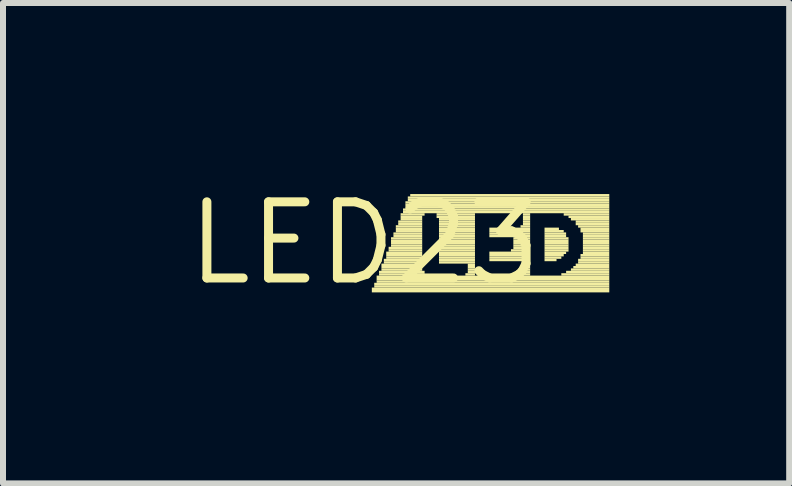
<source format=kicad_pcb>
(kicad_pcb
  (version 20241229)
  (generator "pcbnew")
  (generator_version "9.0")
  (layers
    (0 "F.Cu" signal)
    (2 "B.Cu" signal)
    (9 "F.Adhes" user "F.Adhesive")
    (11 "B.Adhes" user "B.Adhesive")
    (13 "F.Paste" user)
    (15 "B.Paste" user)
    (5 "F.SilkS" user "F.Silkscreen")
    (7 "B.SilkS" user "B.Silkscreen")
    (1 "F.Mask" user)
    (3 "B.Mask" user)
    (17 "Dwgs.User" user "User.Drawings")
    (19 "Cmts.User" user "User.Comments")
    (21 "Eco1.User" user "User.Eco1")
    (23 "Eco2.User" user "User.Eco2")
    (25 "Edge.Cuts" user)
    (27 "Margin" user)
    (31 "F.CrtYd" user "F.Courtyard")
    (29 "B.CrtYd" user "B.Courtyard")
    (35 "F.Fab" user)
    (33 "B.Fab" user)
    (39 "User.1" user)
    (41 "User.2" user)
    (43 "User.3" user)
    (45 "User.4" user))
  (footprint "LED23"
    (layer "F.Cu")
    (at 3.031 1.006)
    (property "Reference" "LED23" (at 0 0 0) (layer "F.SilkS") (effects (font (size 1.27 1.27) (thickness 0.15))))
    (fp_poly (pts (xy 0.12 0.78) (xy 4.08 0.78) (xy 4.08 0.74) (xy 0.12 0.74)) (stroke (width 0) (type solid)) (fill yes) (layer "F.SilkS"))
    (fp_poly (pts (xy 0.12 0.82) (xy 4.08 0.82) (xy 4.08 0.78) (xy 0.12 0.78)) (stroke (width 0) (type solid)) (fill yes) (layer "F.SilkS"))
    (fp_poly (pts (xy 0.16 0.7) (xy 4.08 0.7) (xy 4.08 0.66) (xy 0.16 0.66)) (stroke (width 0) (type solid)) (fill yes) (layer "F.SilkS"))
    (fp_poly (pts (xy 0.16 0.74) (xy 4.08 0.74) (xy 4.08 0.7) (xy 0.16 0.7)) (stroke (width 0) (type solid)) (fill yes) (layer "F.SilkS"))
    (fp_poly (pts (xy 0.2 0.58) (xy 4.08 0.58) (xy 4.08 0.54) (xy 0.2 0.54)) (stroke (width 0) (type solid)) (fill yes) (layer "F.SilkS"))
    (fp_poly (pts (xy 0.2 0.62) (xy 4.08 0.62) (xy 4.08 0.58) (xy 0.2 0.58)) (stroke (width 0) (type solid)) (fill yes) (layer "F.SilkS"))
    (fp_poly (pts (xy 0.2 0.66) (xy 4.08 0.66) (xy 4.08 0.62) (xy 0.2 0.62)) (stroke (width 0) (type solid)) (fill yes) (layer "F.SilkS"))
    (fp_poly (pts (xy 0.24 0.5) (xy 1 0.5) (xy 1 0.46) (xy 0.24 0.46)) (stroke (width 0) (type solid)) (fill yes) (layer "F.SilkS"))
    (fp_poly (pts (xy 0.24 0.54) (xy 1 0.54) (xy 1 0.5) (xy 0.24 0.5)) (stroke (width 0) (type solid)) (fill yes) (layer "F.SilkS"))
    (fp_poly (pts (xy 0.28 0.38) (xy 0.96 0.38) (xy 0.96 0.34) (xy 0.28 0.34)) (stroke (width 0) (type solid)) (fill yes) (layer "F.SilkS"))
    (fp_poly (pts (xy 0.28 0.42) (xy 0.96 0.42) (xy 0.96 0.38) (xy 0.28 0.38)) (stroke (width 0) (type solid)) (fill yes) (layer "F.SilkS"))
    (fp_poly (pts (xy 0.28 0.46) (xy 0.96 0.46) (xy 0.96 0.42) (xy 0.28 0.42)) (stroke (width 0) (type solid)) (fill yes) (layer "F.SilkS"))
    (fp_poly (pts (xy 0.32 0.3) (xy 0.96 0.3) (xy 0.96 0.26) (xy 0.32 0.26)) (stroke (width 0) (type solid)) (fill yes) (layer "F.SilkS"))
    (fp_poly (pts (xy 0.32 0.34) (xy 0.96 0.34) (xy 0.96 0.3) (xy 0.32 0.3)) (stroke (width 0) (type solid)) (fill yes) (layer "F.SilkS"))
    (fp_poly (pts (xy 0.36 0.18) (xy 0.96 0.18) (xy 0.96 0.14) (xy 0.36 0.14)) (stroke (width 0) (type solid)) (fill yes) (layer "F.SilkS"))
    (fp_poly (pts (xy 0.36 0.22) (xy 0.96 0.22) (xy 0.96 0.18) (xy 0.36 0.18)) (stroke (width 0) (type solid)) (fill yes) (layer "F.SilkS"))
    (fp_poly (pts (xy 0.36 0.26) (xy 0.96 0.26) (xy 0.96 0.22) (xy 0.36 0.22)) (stroke (width 0) (type solid)) (fill yes) (layer "F.SilkS"))
    (fp_poly (pts (xy 0.4 0.1) (xy 0.96 0.1) (xy 0.96 0.06) (xy 0.4 0.06)) (stroke (width 0) (type solid)) (fill yes) (layer "F.SilkS"))
    (fp_poly (pts (xy 0.4 0.14) (xy 0.96 0.14) (xy 0.96 0.1) (xy 0.4 0.1)) (stroke (width 0) (type solid)) (fill yes) (layer "F.SilkS"))
    (fp_poly (pts (xy 0.44 -0.06) (xy 0.96 -0.06) (xy 0.96 -0.1) (xy 0.44 -0.1)) (stroke (width 0) (type solid)) (fill yes) (layer "F.SilkS"))
    (fp_poly (pts (xy 0.44 -0.02) (xy 0.96 -0.02) (xy 0.96 -0.06) (xy 0.44 -0.06)) (stroke (width 0) (type solid)) (fill yes) (layer "F.SilkS"))
    (fp_poly (pts (xy 0.44 0.02) (xy 0.96 0.02) (xy 0.96 -0.02) (xy 0.44 -0.02)) (stroke (width 0) (type solid)) (fill yes) (layer "F.SilkS"))
    (fp_poly (pts (xy 0.44 0.06) (xy 0.96 0.06) (xy 0.96 0.02) (xy 0.44 0.02)) (stroke (width 0) (type solid)) (fill yes) (layer "F.SilkS"))
    (fp_poly (pts (xy 0.48 -0.14) (xy 0.96 -0.14) (xy 0.96 -0.18) (xy 0.48 -0.18)) (stroke (width 0) (type solid)) (fill yes) (layer "F.SilkS"))
    (fp_poly (pts (xy 0.48 -0.1) (xy 0.96 -0.1) (xy 0.96 -0.14) (xy 0.48 -0.14)) (stroke (width 0) (type solid)) (fill yes) (layer "F.SilkS"))
    (fp_poly (pts (xy 0.52 -0.26) (xy 0.96 -0.26) (xy 0.96 -0.3) (xy 0.52 -0.3)) (stroke (width 0) (type solid)) (fill yes) (layer "F.SilkS"))
    (fp_poly (pts (xy 0.52 -0.22) (xy 0.96 -0.22) (xy 0.96 -0.26) (xy 0.52 -0.26)) (stroke (width 0) (type solid)) (fill yes) (layer "F.SilkS"))
    (fp_poly (pts (xy 0.52 -0.18) (xy 0.96 -0.18) (xy 0.96 -0.22) (xy 0.52 -0.22)) (stroke (width 0) (type solid)) (fill yes) (layer "F.SilkS"))
    (fp_poly (pts (xy 0.56 -0.34) (xy 0.96 -0.34) (xy 0.96 -0.38) (xy 0.56 -0.38)) (stroke (width 0) (type solid)) (fill yes) (layer "F.SilkS"))
    (fp_poly (pts (xy 0.56 -0.3) (xy 0.96 -0.3) (xy 0.96 -0.34) (xy 0.56 -0.34)) (stroke (width 0) (type solid)) (fill yes) (layer "F.SilkS"))
    (fp_poly (pts (xy 0.6 -0.46) (xy 1 -0.46) (xy 1 -0.5) (xy 0.6 -0.5)) (stroke (width 0) (type solid)) (fill yes) (layer "F.SilkS"))
    (fp_poly (pts (xy 0.6 -0.42) (xy 0.96 -0.42) (xy 0.96 -0.46) (xy 0.6 -0.46)) (stroke (width 0) (type solid)) (fill yes) (layer "F.SilkS"))
    (fp_poly (pts (xy 0.6 -0.38) (xy 0.96 -0.38) (xy 0.96 -0.42) (xy 0.6 -0.42)) (stroke (width 0) (type solid)) (fill yes) (layer "F.SilkS"))
    (fp_poly (pts (xy 0.64 -0.54) (xy 4.08 -0.54) (xy 4.08 -0.58) (xy 0.64 -0.58)) (stroke (width 0) (type solid)) (fill yes) (layer "F.SilkS"))
    (fp_poly (pts (xy 0.64 -0.5) (xy 4.08 -0.5) (xy 4.08 -0.54) (xy 0.64 -0.54)) (stroke (width 0) (type solid)) (fill yes) (layer "F.SilkS"))
    (fp_poly (pts (xy 0.68 -0.66) (xy 4.08 -0.66) (xy 4.08 -0.7) (xy 0.68 -0.7)) (stroke (width 0) (type solid)) (fill yes) (layer "F.SilkS"))
    (fp_poly (pts (xy 0.68 -0.62) (xy 4.08 -0.62) (xy 4.08 -0.66) (xy 0.68 -0.66)) (stroke (width 0) (type solid)) (fill yes) (layer "F.SilkS"))
    (fp_poly (pts (xy 0.68 -0.58) (xy 4.08 -0.58) (xy 4.08 -0.62) (xy 0.68 -0.62)) (stroke (width 0) (type solid)) (fill yes) (layer "F.SilkS"))
    (fp_poly (pts (xy 0.72 -0.74) (xy 4.08 -0.74) (xy 4.08 -0.78) (xy 0.72 -0.78)) (stroke (width 0) (type solid)) (fill yes) (layer "F.SilkS"))
    (fp_poly (pts (xy 0.72 -0.7) (xy 4.08 -0.7) (xy 4.08 -0.74) (xy 0.72 -0.74)) (stroke (width 0) (type solid)) (fill yes) (layer "F.SilkS"))
    (fp_poly (pts (xy 0.76 -0.78) (xy 4.08 -0.78) (xy 4.08 -0.82) (xy 0.76 -0.82)) (stroke (width 0) (type solid)) (fill yes) (layer "F.SilkS"))
    (fp_poly (pts (xy 1.2 -0.46) (xy 1.84 -0.46) (xy 1.84 -0.5) (xy 1.2 -0.5)) (stroke (width 0) (type solid)) (fill yes) (layer "F.SilkS"))
    (fp_poly (pts (xy 1.2 -0.42) (xy 1.84 -0.42) (xy 1.84 -0.46) (xy 1.2 -0.46)) (stroke (width 0) (type solid)) (fill yes) (layer "F.SilkS"))
    (fp_poly (pts (xy 1.24 -0.38) (xy 1.84 -0.38) (xy 1.84 -0.42) (xy 1.24 -0.42)) (stroke (width 0) (type solid)) (fill yes) (layer "F.SilkS"))
    (fp_poly (pts (xy 1.24 -0.34) (xy 1.84 -0.34) (xy 1.84 -0.38) (xy 1.24 -0.38)) (stroke (width 0) (type solid)) (fill yes) (layer "F.SilkS"))
    (fp_poly (pts (xy 1.24 -0.3) (xy 1.84 -0.3) (xy 1.84 -0.34) (xy 1.24 -0.34)) (stroke (width 0) (type solid)) (fill yes) (layer "F.SilkS"))
    (fp_poly (pts (xy 1.24 -0.26) (xy 1.84 -0.26) (xy 1.84 -0.3) (xy 1.24 -0.3)) (stroke (width 0) (type solid)) (fill yes) (layer "F.SilkS"))
    (fp_poly (pts (xy 1.24 -0.22) (xy 1.84 -0.22) (xy 1.84 -0.26) (xy 1.24 -0.26)) (stroke (width 0) (type solid)) (fill yes) (layer "F.SilkS"))
    (fp_poly (pts (xy 1.24 -0.18) (xy 1.84 -0.18) (xy 1.84 -0.22) (xy 1.24 -0.22)) (stroke (width 0) (type solid)) (fill yes) (layer "F.SilkS"))
    (fp_poly (pts (xy 1.24 -0.14) (xy 1.84 -0.14) (xy 1.84 -0.18) (xy 1.24 -0.18)) (stroke (width 0) (type solid)) (fill yes) (layer "F.SilkS"))
    (fp_poly (pts (xy 1.24 -0.1) (xy 1.84 -0.1) (xy 1.84 -0.14) (xy 1.24 -0.14)) (stroke (width 0) (type solid)) (fill yes) (layer "F.SilkS"))
    (fp_poly (pts (xy 1.24 -0.06) (xy 1.84 -0.06) (xy 1.84 -0.1) (xy 1.24 -0.1)) (stroke (width 0) (type solid)) (fill yes) (layer "F.SilkS"))
    (fp_poly (pts (xy 1.24 -0.02) (xy 1.84 -0.02) (xy 1.84 -0.06) (xy 1.24 -0.06)) (stroke (width 0) (type solid)) (fill yes) (layer "F.SilkS"))
    (fp_poly (pts (xy 1.24 0.02) (xy 1.84 0.02) (xy 1.84 -0.02) (xy 1.24 -0.02)) (stroke (width 0) (type solid)) (fill yes) (layer "F.SilkS"))
    (fp_poly (pts (xy 1.24 0.06) (xy 1.84 0.06) (xy 1.84 0.02) (xy 1.24 0.02)) (stroke (width 0) (type solid)) (fill yes) (layer "F.SilkS"))
    (fp_poly (pts (xy 1.24 0.1) (xy 1.84 0.1) (xy 1.84 0.06) (xy 1.24 0.06)) (stroke (width 0) (type solid)) (fill yes) (layer "F.SilkS"))
    (fp_poly (pts (xy 1.24 0.14) (xy 1.84 0.14) (xy 1.84 0.1) (xy 1.24 0.1)) (stroke (width 0) (type solid)) (fill yes) (layer "F.SilkS"))
    (fp_poly (pts (xy 1.24 0.18) (xy 1.84 0.18) (xy 1.84 0.14) (xy 1.24 0.14)) (stroke (width 0) (type solid)) (fill yes) (layer "F.SilkS"))
    (fp_poly (pts (xy 1.24 0.22) (xy 1.84 0.22) (xy 1.84 0.18) (xy 1.24 0.18)) (stroke (width 0) (type solid)) (fill yes) (layer "F.SilkS"))
    (fp_poly (pts (xy 1.24 0.26) (xy 1.84 0.26) (xy 1.84 0.22) (xy 1.24 0.22)) (stroke (width 0) (type solid)) (fill yes) (layer "F.SilkS"))
    (fp_poly (pts (xy 1.24 0.3) (xy 1.84 0.3) (xy 1.84 0.26) (xy 1.24 0.26)) (stroke (width 0) (type solid)) (fill yes) (layer "F.SilkS"))
    (fp_poly (pts (xy 1.24 0.34) (xy 1.84 0.34) (xy 1.84 0.3) (xy 1.24 0.3)) (stroke (width 0) (type solid)) (fill yes) (layer "F.SilkS"))
    (fp_poly (pts (xy 1.68 0.54) (xy 1.84 0.54) (xy 1.84 0.5) (xy 1.68 0.5)) (stroke (width 0) (type solid)) (fill yes) (layer "F.SilkS"))
    (fp_poly (pts (xy 1.72 0.38) (xy 1.84 0.38) (xy 1.84 0.34) (xy 1.72 0.34)) (stroke (width 0) (type solid)) (fill yes) (layer "F.SilkS"))
    (fp_poly (pts (xy 1.72 0.42) (xy 1.84 0.42) (xy 1.84 0.38) (xy 1.72 0.38)) (stroke (width 0) (type solid)) (fill yes) (layer "F.SilkS"))
    (fp_poly (pts (xy 1.72 0.46) (xy 1.84 0.46) (xy 1.84 0.42) (xy 1.72 0.42)) (stroke (width 0) (type solid)) (fill yes) (layer "F.SilkS"))
    (fp_poly (pts (xy 1.72 0.5) (xy 1.84 0.5) (xy 1.84 0.46) (xy 1.72 0.46)) (stroke (width 0) (type solid)) (fill yes) (layer "F.SilkS"))
    (fp_poly (pts (xy 2.08 -0.22) (xy 2.76 -0.22) (xy 2.76 -0.26) (xy 2.08 -0.26)) (stroke (width 0) (type solid)) (fill yes) (layer "F.SilkS"))
    (fp_poly (pts (xy 2.08 -0.18) (xy 2.76 -0.18) (xy 2.76 -0.22) (xy 2.08 -0.22)) (stroke (width 0) (type solid)) (fill yes) (layer "F.SilkS"))
    (fp_poly (pts (xy 2.08 -0.14) (xy 2.76 -0.14) (xy 2.76 -0.18) (xy 2.08 -0.18)) (stroke (width 0) (type solid)) (fill yes) (layer "F.SilkS"))
    (fp_poly (pts (xy 2.08 -0.1) (xy 2.76 -0.1) (xy 2.76 -0.14) (xy 2.08 -0.14)) (stroke (width 0) (type solid)) (fill yes) (layer "F.SilkS"))
    (fp_poly (pts (xy 2.08 0.18) (xy 2.76 0.18) (xy 2.76 0.14) (xy 2.08 0.14)) (stroke (width 0) (type solid)) (fill yes) (layer "F.SilkS"))
    (fp_poly (pts (xy 2.08 0.22) (xy 2.76 0.22) (xy 2.76 0.18) (xy 2.08 0.18)) (stroke (width 0) (type solid)) (fill yes) (layer "F.SilkS"))
    (fp_poly (pts (xy 2.08 0.26) (xy 2.76 0.26) (xy 2.76 0.22) (xy 2.08 0.22)) (stroke (width 0) (type solid)) (fill yes) (layer "F.SilkS"))
    (fp_poly (pts (xy 2.08 0.3) (xy 2.76 0.3) (xy 2.76 0.26) (xy 2.08 0.26)) (stroke (width 0) (type solid)) (fill yes) (layer "F.SilkS"))
    (fp_poly (pts (xy 2.44 0.14) (xy 2.76 0.14) (xy 2.76 0.1) (xy 2.44 0.1)) (stroke (width 0) (type solid)) (fill yes) (layer "F.SilkS"))
    (fp_poly (pts (xy 2.48 -0.06) (xy 2.76 -0.06) (xy 2.76 -0.1) (xy 2.48 -0.1)) (stroke (width 0) (type solid)) (fill yes) (layer "F.SilkS"))
    (fp_poly (pts (xy 2.48 -0.02) (xy 2.76 -0.02) (xy 2.76 -0.06) (xy 2.48 -0.06)) (stroke (width 0) (type solid)) (fill yes) (layer "F.SilkS"))
    (fp_poly (pts (xy 2.48 0.02) (xy 2.76 0.02) (xy 2.76 -0.02) (xy 2.48 -0.02)) (stroke (width 0) (type solid)) (fill yes) (layer "F.SilkS"))
    (fp_poly (pts (xy 2.48 0.06) (xy 2.76 0.06) (xy 2.76 0.02) (xy 2.48 0.02)) (stroke (width 0) (type solid)) (fill yes) (layer "F.SilkS"))
    (fp_poly (pts (xy 2.48 0.1) (xy 2.76 0.1) (xy 2.76 0.06) (xy 2.48 0.06)) (stroke (width 0) (type solid)) (fill yes) (layer "F.SilkS"))
    (fp_poly (pts (xy 2.6 -0.26) (xy 2.76 -0.26) (xy 2.76 -0.3) (xy 2.6 -0.3)) (stroke (width 0) (type solid)) (fill yes) (layer "F.SilkS"))
    (fp_poly (pts (xy 2.6 0.54) (xy 2.76 0.54) (xy 2.76 0.5) (xy 2.6 0.5)) (stroke (width 0) (type solid)) (fill yes) (layer "F.SilkS"))
    (fp_poly (pts (xy 2.64 -0.46) (xy 2.76 -0.46) (xy 2.76 -0.5) (xy 2.64 -0.5)) (stroke (width 0) (type solid)) (fill yes) (layer "F.SilkS"))
    (fp_poly (pts (xy 2.64 -0.42) (xy 2.76 -0.42) (xy 2.76 -0.46) (xy 2.64 -0.46)) (stroke (width 0) (type solid)) (fill yes) (layer "F.SilkS"))
    (fp_poly (pts (xy 2.64 -0.38) (xy 2.76 -0.38) (xy 2.76 -0.42) (xy 2.64 -0.42)) (stroke (width 0) (type solid)) (fill yes) (layer "F.SilkS"))
    (fp_poly (pts (xy 2.64 -0.34) (xy 2.76 -0.34) (xy 2.76 -0.38) (xy 2.64 -0.38)) (stroke (width 0) (type solid)) (fill yes) (layer "F.SilkS"))
    (fp_poly (pts (xy 2.64 -0.3) (xy 2.76 -0.3) (xy 2.76 -0.34) (xy 2.64 -0.34)) (stroke (width 0) (type solid)) (fill yes) (layer "F.SilkS"))
    (fp_poly (pts (xy 2.64 0.34) (xy 2.76 0.34) (xy 2.76 0.3) (xy 2.64 0.3)) (stroke (width 0) (type solid)) (fill yes) (layer "F.SilkS"))
    (fp_poly (pts (xy 2.64 0.38) (xy 2.76 0.38) (xy 2.76 0.34) (xy 2.64 0.34)) (stroke (width 0) (type solid)) (fill yes) (layer "F.SilkS"))
    (fp_poly (pts (xy 2.64 0.42) (xy 2.76 0.42) (xy 2.76 0.38) (xy 2.64 0.38)) (stroke (width 0) (type solid)) (fill yes) (layer "F.SilkS"))
    (fp_poly (pts (xy 2.64 0.46) (xy 2.76 0.46) (xy 2.76 0.42) (xy 2.64 0.42)) (stroke (width 0) (type solid)) (fill yes) (layer "F.SilkS"))
    (fp_poly (pts (xy 2.64 0.5) (xy 2.76 0.5) (xy 2.76 0.46) (xy 2.64 0.46)) (stroke (width 0) (type solid)) (fill yes) (layer "F.SilkS"))
    (fp_poly (pts (xy 3 -0.22) (xy 3.24 -0.22) (xy 3.24 -0.26) (xy 3 -0.26)) (stroke (width 0) (type solid)) (fill yes) (layer "F.SilkS"))
    (fp_poly (pts (xy 3 -0.18) (xy 3.32 -0.18) (xy 3.32 -0.22) (xy 3 -0.22)) (stroke (width 0) (type solid)) (fill yes) (layer "F.SilkS"))
    (fp_poly (pts (xy 3 -0.14) (xy 3.36 -0.14) (xy 3.36 -0.18) (xy 3 -0.18)) (stroke (width 0) (type solid)) (fill yes) (layer "F.SilkS"))
    (fp_poly (pts (xy 3 -0.1) (xy 3.36 -0.1) (xy 3.36 -0.14) (xy 3 -0.14)) (stroke (width 0) (type solid)) (fill yes) (layer "F.SilkS"))
    (fp_poly (pts (xy 3 -0.06) (xy 3.4 -0.06) (xy 3.4 -0.1) (xy 3 -0.1)) (stroke (width 0) (type solid)) (fill yes) (layer "F.SilkS"))
    (fp_poly (pts (xy 3 -0.02) (xy 3.4 -0.02) (xy 3.4 -0.06) (xy 3 -0.06)) (stroke (width 0) (type solid)) (fill yes) (layer "F.SilkS"))
    (fp_poly (pts (xy 3 0.02) (xy 3.4 0.02) (xy 3.4 -0.02) (xy 3 -0.02)) (stroke (width 0) (type solid)) (fill yes) (layer "F.SilkS"))
    (fp_poly (pts (xy 3 0.06) (xy 3.4 0.06) (xy 3.4 0.02) (xy 3 0.02)) (stroke (width 0) (type solid)) (fill yes) (layer "F.SilkS"))
    (fp_poly (pts (xy 3 0.1) (xy 3.4 0.1) (xy 3.4 0.06) (xy 3 0.06)) (stroke (width 0) (type solid)) (fill yes) (layer "F.SilkS"))
    (fp_poly (pts (xy 3 0.14) (xy 3.4 0.14) (xy 3.4 0.1) (xy 3 0.1)) (stroke (width 0) (type solid)) (fill yes) (layer "F.SilkS"))
    (fp_poly (pts (xy 3 0.18) (xy 3.36 0.18) (xy 3.36 0.14) (xy 3 0.14)) (stroke (width 0) (type solid)) (fill yes) (layer "F.SilkS"))
    (fp_poly (pts (xy 3 0.22) (xy 3.32 0.22) (xy 3.32 0.18) (xy 3 0.18)) (stroke (width 0) (type solid)) (fill yes) (layer "F.SilkS"))
    (fp_poly (pts (xy 3 0.26) (xy 3.28 0.26) (xy 3.28 0.22) (xy 3 0.22)) (stroke (width 0) (type solid)) (fill yes) (layer "F.SilkS"))
    (fp_poly (pts (xy 3 0.3) (xy 3.2 0.3) (xy 3.2 0.26) (xy 3 0.26)) (stroke (width 0) (type solid)) (fill yes) (layer "F.SilkS"))
    (fp_poly (pts (xy 3.28 0.54) (xy 4.08 0.54) (xy 4.08 0.5) (xy 3.28 0.5)) (stroke (width 0) (type solid)) (fill yes) (layer "F.SilkS"))
    (fp_poly (pts (xy 3.32 -0.46) (xy 4.08 -0.46) (xy 4.08 -0.5) (xy 3.32 -0.5)) (stroke (width 0) (type solid)) (fill yes) (layer "F.SilkS"))
    (fp_poly (pts (xy 3.36 0.5) (xy 4.08 0.5) (xy 4.08 0.46) (xy 3.36 0.46)) (stroke (width 0) (type solid)) (fill yes) (layer "F.SilkS"))
    (fp_poly (pts (xy 3.4 -0.42) (xy 4.08 -0.42) (xy 4.08 -0.46) (xy 3.4 -0.46)) (stroke (width 0) (type solid)) (fill yes) (layer "F.SilkS"))
    (fp_poly (pts (xy 3.44 -0.38) (xy 4.08 -0.38) (xy 4.08 -0.42) (xy 3.44 -0.42)) (stroke (width 0) (type solid)) (fill yes) (layer "F.SilkS"))
    (fp_poly (pts (xy 3.44 0.46) (xy 4.08 0.46) (xy 4.08 0.42) (xy 3.44 0.42)) (stroke (width 0) (type solid)) (fill yes) (layer "F.SilkS"))
    (fp_poly (pts (xy 3.48 0.42) (xy 4.08 0.42) (xy 4.08 0.38) (xy 3.48 0.38)) (stroke (width 0) (type solid)) (fill yes) (layer "F.SilkS"))
    (fp_poly (pts (xy 3.52 -0.34) (xy 4.08 -0.34) (xy 4.08 -0.38) (xy 3.52 -0.38)) (stroke (width 0) (type solid)) (fill yes) (layer "F.SilkS"))
    (fp_poly (pts (xy 3.52 -0.3) (xy 4.08 -0.3) (xy 4.08 -0.34) (xy 3.52 -0.34)) (stroke (width 0) (type solid)) (fill yes) (layer "F.SilkS"))
    (fp_poly (pts (xy 3.52 0.38) (xy 4.08 0.38) (xy 4.08 0.34) (xy 3.52 0.34)) (stroke (width 0) (type solid)) (fill yes) (layer "F.SilkS"))
    (fp_poly (pts (xy 3.56 -0.26) (xy 4.08 -0.26) (xy 4.08 -0.3) (xy 3.56 -0.3)) (stroke (width 0) (type solid)) (fill yes) (layer "F.SilkS"))
    (fp_poly (pts (xy 3.56 0.3) (xy 4.08 0.3) (xy 4.08 0.26) (xy 3.56 0.26)) (stroke (width 0) (type solid)) (fill yes) (layer "F.SilkS"))
    (fp_poly (pts (xy 3.56 0.34) (xy 4.08 0.34) (xy 4.08 0.3) (xy 3.56 0.3)) (stroke (width 0) (type solid)) (fill yes) (layer "F.SilkS"))
    (fp_poly (pts (xy 3.6 -0.22) (xy 4.08 -0.22) (xy 4.08 -0.26) (xy 3.6 -0.26)) (stroke (width 0) (type solid)) (fill yes) (layer "F.SilkS"))
    (fp_poly (pts (xy 3.6 -0.18) (xy 4.08 -0.18) (xy 4.08 -0.22) (xy 3.6 -0.22)) (stroke (width 0) (type solid)) (fill yes) (layer "F.SilkS"))
    (fp_poly (pts (xy 3.6 0.22) (xy 4.08 0.22) (xy 4.08 0.18) (xy 3.6 0.18)) (stroke (width 0) (type solid)) (fill yes) (layer "F.SilkS"))
    (fp_poly (pts (xy 3.6 0.26) (xy 4.08 0.26) (xy 4.08 0.22) (xy 3.6 0.22)) (stroke (width 0) (type solid)) (fill yes) (layer "F.SilkS"))
    (fp_poly (pts (xy 3.64 -0.14) (xy 4.08 -0.14) (xy 4.08 -0.18) (xy 3.64 -0.18)) (stroke (width 0) (type solid)) (fill yes) (layer "F.SilkS"))
    (fp_poly (pts (xy 3.64 -0.1) (xy 4.08 -0.1) (xy 4.08 -0.14) (xy 3.64 -0.14)) (stroke (width 0) (type solid)) (fill yes) (layer "F.SilkS"))
    (fp_poly (pts (xy 3.64 -0.06) (xy 4.08 -0.06) (xy 4.08 -0.1) (xy 3.64 -0.1)) (stroke (width 0) (type solid)) (fill yes) (layer "F.SilkS"))
    (fp_poly (pts (xy 3.64 -0.02) (xy 4.08 -0.02) (xy 4.08 -0.06) (xy 3.64 -0.06)) (stroke (width 0) (type solid)) (fill yes) (layer "F.SilkS"))
    (fp_poly (pts (xy 3.64 0.02) (xy 4.08 0.02) (xy 4.08 -0.02) (xy 3.64 -0.02)) (stroke (width 0) (type solid)) (fill yes) (layer "F.SilkS"))
    (fp_poly (pts (xy 3.64 0.06) (xy 4.08 0.06) (xy 4.08 0.02) (xy 3.64 0.02)) (stroke (width 0) (type solid)) (fill yes) (layer "F.SilkS"))
    (fp_poly (pts (xy 3.64 0.1) (xy 4.08 0.1) (xy 4.08 0.06) (xy 3.64 0.06)) (stroke (width 0) (type solid)) (fill yes) (layer "F.SilkS"))
    (fp_poly (pts (xy 3.64 0.14) (xy 4.08 0.14) (xy 4.08 0.1) (xy 3.64 0.1)) (stroke (width 0) (type solid)) (fill yes) (layer "F.SilkS"))
    (fp_poly (pts (xy 3.64 0.18) (xy 4.08 0.18) (xy 4.08 0.14) (xy 3.64 0.14)) (stroke (width 0) (type solid)) (fill yes) (layer "F.SilkS")))
  (gr_rect
    (start -3 -3)
    (end 10.111 5.012)
    (stroke (width 0.1) (type default))
    (fill no)
    (layer "Edge.Cuts")))
</source>
